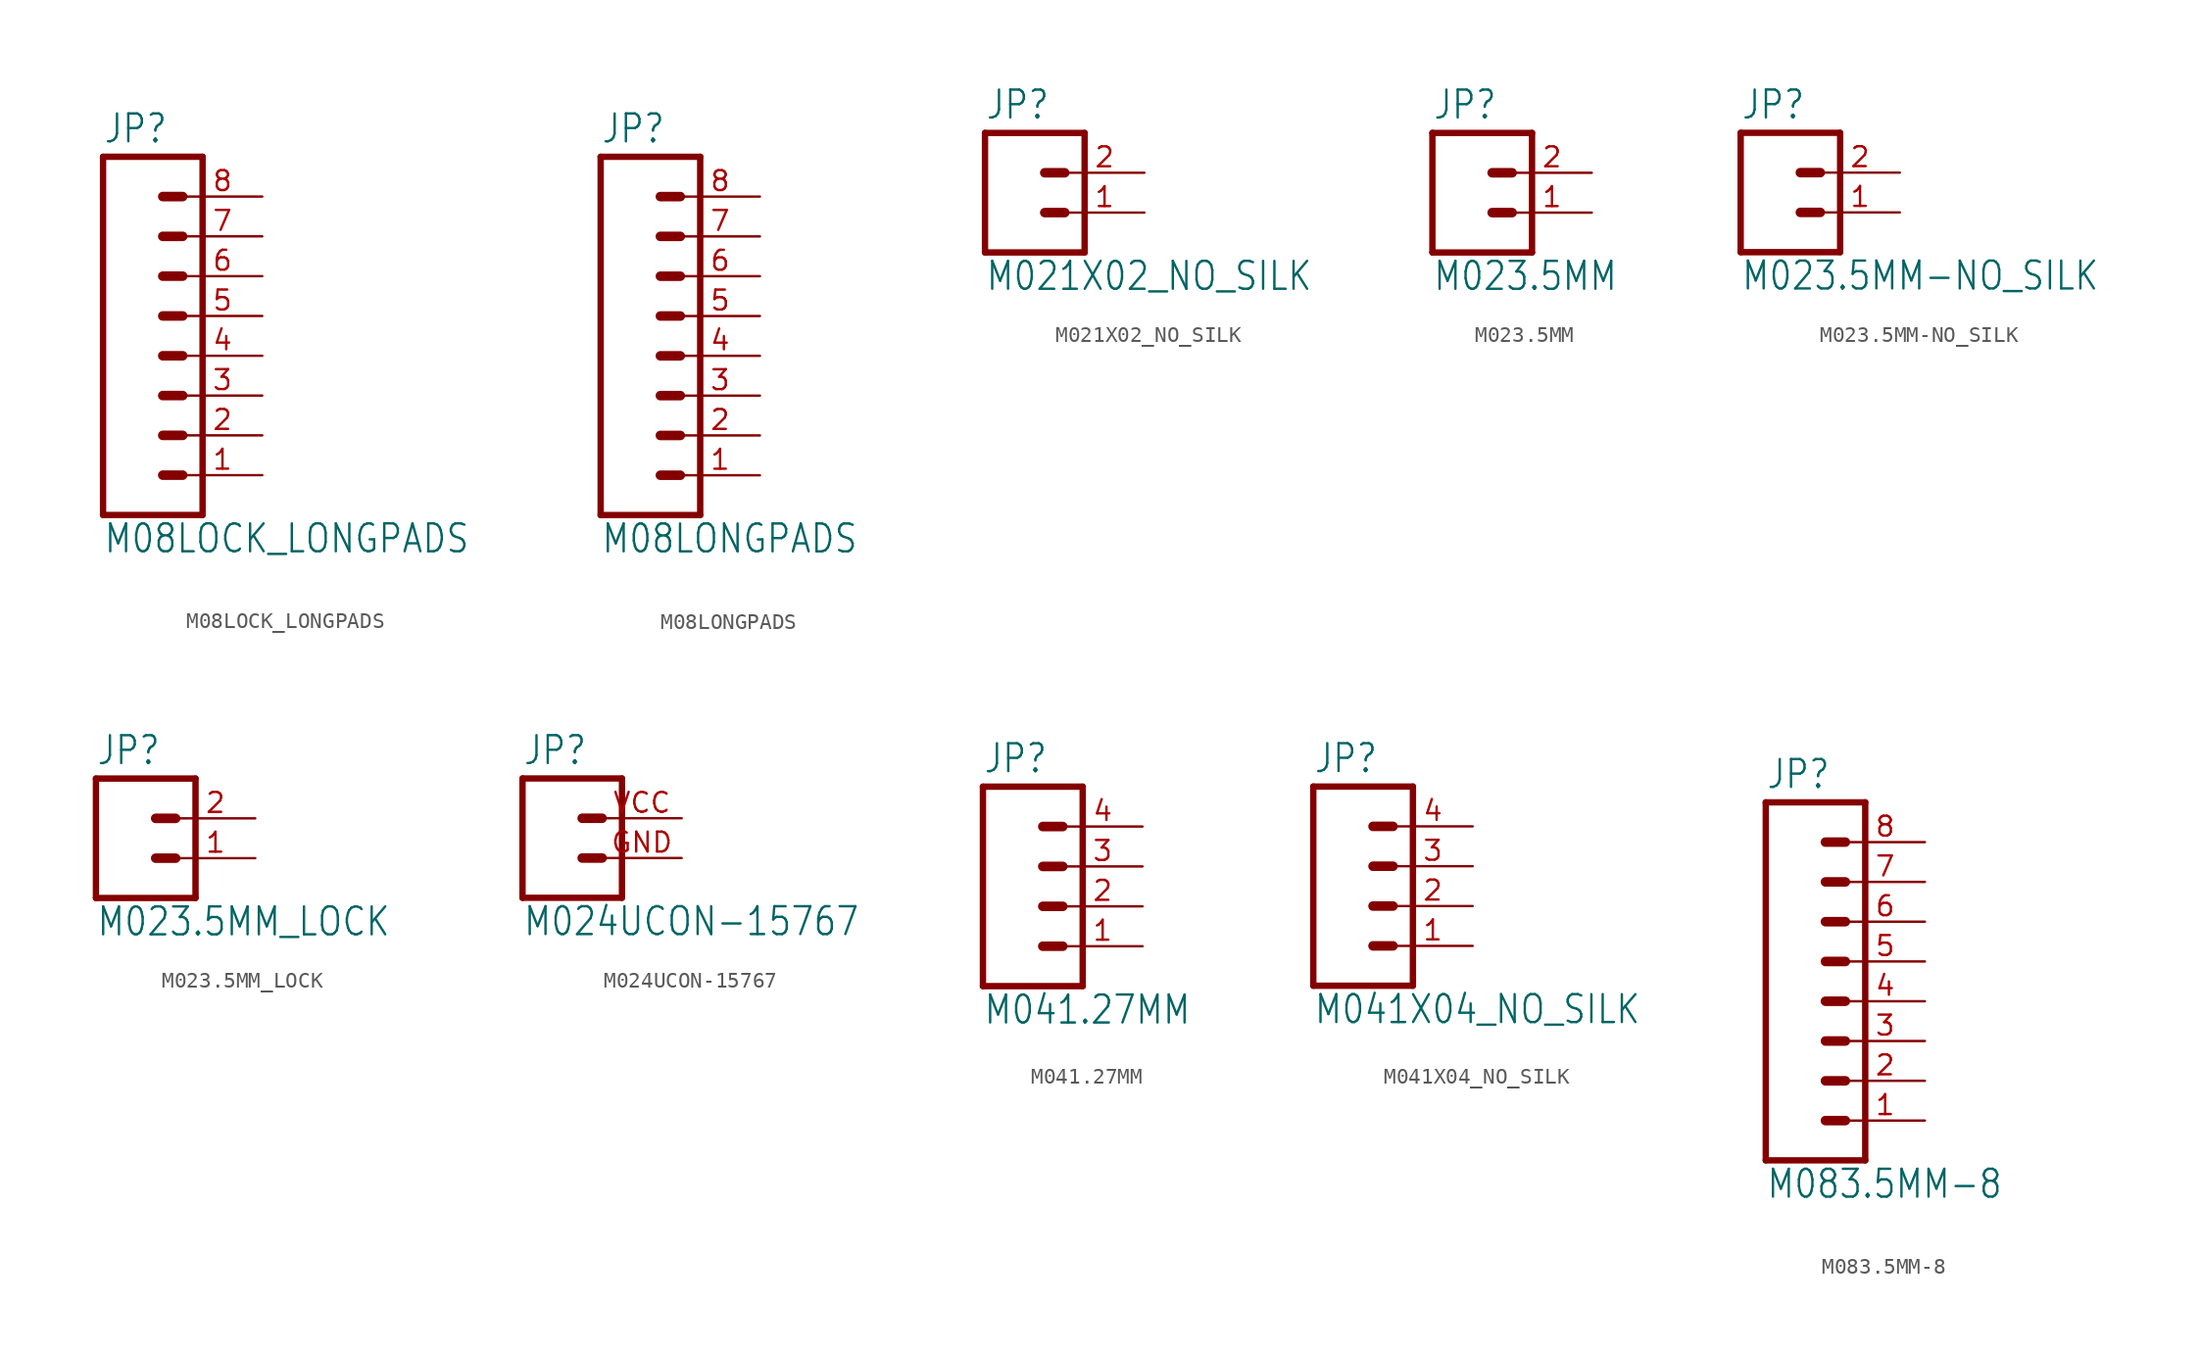
<source format=kicad_sym>
(kicad_symbol_lib
  (version 20201005)
  (generator kicad_symbol_editor)
  (symbol "M08LOCK_LONGPADS"
    (property "Reference" "JP"
      (at -5.08 13.462 0)
      (effects (font (size 1.778 1.511)) (justify left bottom)))
    (property "Value" "M08LOCK_LONGPADS"
      (at -5.08 -12.7 0)
      (effects (font (size 1.778 1.511)) (justify left bottom)))
    (property "ki_locked" ""
      (at 0 0 0)
      (effects (font (size 1.27 1.27))))
    (symbol "M08LOCK_LONGPADS_1_0"
      (polyline (pts (xy 1.27 -10.16) (xy -5.08 -10.16)) (stroke (width 0.406)) (fill (type none)))
      (polyline (pts (xy -1.27 -2.54) (xy 0 -2.54)) (stroke (width 0.61)) (fill (type none)))
      (polyline (pts (xy -1.27 -5.08) (xy 0 -5.08)) (stroke (width 0.61)) (fill (type none)))
      (polyline (pts (xy -1.27 -7.62) (xy 0 -7.62)) (stroke (width 0.61)) (fill (type none)))
      (polyline (pts (xy -5.08 12.7) (xy -5.08 -10.16)) (stroke (width 0.406)) (fill (type none)))
      (polyline (pts (xy 1.27 -10.16) (xy 1.27 12.7)) (stroke (width 0.406)) (fill (type none)))
      (polyline (pts (xy -5.08 12.7) (xy 1.27 12.7)) (stroke (width 0.406)) (fill (type none)))
      (polyline (pts (xy -1.27 2.54) (xy 0 2.54)) (stroke (width 0.61)) (fill (type none)))
      (polyline (pts (xy -1.27 0) (xy 0 0)) (stroke (width 0.61)) (fill (type none)))
      (polyline (pts (xy -1.27 5.08) (xy 0 5.08)) (stroke (width 0.61)) (fill (type none)))
      (polyline (pts (xy -1.27 7.62) (xy 0 7.62)) (stroke (width 0.61)) (fill (type none)))
      (polyline (pts (xy -1.27 10.16) (xy 0 10.16)) (stroke (width 0.61)) (fill (type none)))
      (pin passive line (at 5.08 -7.62 180) (length 5.08) (name "1" (effects (font (size 0 0)))) (number "1" (effects (font (size 1.27 1.27)))))
      (pin passive line (at 5.08 -5.08 180) (length 5.08) (name "2" (effects (font (size 0 0)))) (number "2" (effects (font (size 1.27 1.27)))))
      (pin passive line (at 5.08 -2.54 180) (length 5.08) (name "3" (effects (font (size 0 0)))) (number "3" (effects (font (size 1.27 1.27)))))
      (pin passive line (at 5.08 0 180) (length 5.08) (name "4" (effects (font (size 0 0)))) (number "4" (effects (font (size 1.27 1.27)))))
      (pin passive line (at 5.08 2.54 180) (length 5.08) (name "5" (effects (font (size 0 0)))) (number "5" (effects (font (size 1.27 1.27)))))
      (pin passive line (at 5.08 5.08 180) (length 5.08) (name "6" (effects (font (size 0 0)))) (number "6" (effects (font (size 1.27 1.27)))))
      (pin passive line (at 5.08 7.62 180) (length 5.08) (name "7" (effects (font (size 0 0)))) (number "7" (effects (font (size 1.27 1.27)))))
      (pin passive line (at 5.08 10.16 180) (length 5.08) (name "8" (effects (font (size 0 0)))) (number "8" (effects (font (size 1.27 1.27)))))))
  (symbol "M08LONGPADS"
    (property "Reference" "JP"
      (at -5.08 13.462 0)
      (effects (font (size 1.778 1.511)) (justify left bottom)))
    (property "Value" "M08LONGPADS"
      (at -5.08 -12.7 0)
      (effects (font (size 1.778 1.511)) (justify left bottom)))
    (property "ki_locked" ""
      (at 0 0 0)
      (effects (font (size 1.27 1.27))))
    (symbol "M08LONGPADS_1_0"
      (polyline (pts (xy 1.27 -10.16) (xy -5.08 -10.16)) (stroke (width 0.406)) (fill (type none)))
      (polyline (pts (xy -1.27 -2.54) (xy 0 -2.54)) (stroke (width 0.61)) (fill (type none)))
      (polyline (pts (xy -1.27 -5.08) (xy 0 -5.08)) (stroke (width 0.61)) (fill (type none)))
      (polyline (pts (xy -1.27 -7.62) (xy 0 -7.62)) (stroke (width 0.61)) (fill (type none)))
      (polyline (pts (xy -5.08 12.7) (xy -5.08 -10.16)) (stroke (width 0.406)) (fill (type none)))
      (polyline (pts (xy 1.27 -10.16) (xy 1.27 12.7)) (stroke (width 0.406)) (fill (type none)))
      (polyline (pts (xy -5.08 12.7) (xy 1.27 12.7)) (stroke (width 0.406)) (fill (type none)))
      (polyline (pts (xy -1.27 2.54) (xy 0 2.54)) (stroke (width 0.61)) (fill (type none)))
      (polyline (pts (xy -1.27 0) (xy 0 0)) (stroke (width 0.61)) (fill (type none)))
      (polyline (pts (xy -1.27 5.08) (xy 0 5.08)) (stroke (width 0.61)) (fill (type none)))
      (polyline (pts (xy -1.27 7.62) (xy 0 7.62)) (stroke (width 0.61)) (fill (type none)))
      (polyline (pts (xy -1.27 10.16) (xy 0 10.16)) (stroke (width 0.61)) (fill (type none)))
      (pin passive line (at 5.08 -7.62 180) (length 5.08) (name "1" (effects (font (size 0 0)))) (number "1" (effects (font (size 1.27 1.27)))))
      (pin passive line (at 5.08 -5.08 180) (length 5.08) (name "2" (effects (font (size 0 0)))) (number "2" (effects (font (size 1.27 1.27)))))
      (pin passive line (at 5.08 -2.54 180) (length 5.08) (name "3" (effects (font (size 0 0)))) (number "3" (effects (font (size 1.27 1.27)))))
      (pin passive line (at 5.08 0 180) (length 5.08) (name "4" (effects (font (size 0 0)))) (number "4" (effects (font (size 1.27 1.27)))))
      (pin passive line (at 5.08 2.54 180) (length 5.08) (name "5" (effects (font (size 0 0)))) (number "5" (effects (font (size 1.27 1.27)))))
      (pin passive line (at 5.08 5.08 180) (length 5.08) (name "6" (effects (font (size 0 0)))) (number "6" (effects (font (size 1.27 1.27)))))
      (pin passive line (at 5.08 7.62 180) (length 5.08) (name "7" (effects (font (size 0 0)))) (number "7" (effects (font (size 1.27 1.27)))))
      (pin passive line (at 5.08 10.16 180) (length 5.08) (name "8" (effects (font (size 0 0)))) (number "8" (effects (font (size 1.27 1.27)))))))
  (symbol "M021X02_NO_SILK"
    (property "Reference" "JP"
      (at -2.54 5.842 0)
      (effects (font (size 1.778 1.511)) (justify left bottom)))
    (property "Value" "M021X02_NO_SILK"
      (at -2.54 -5.08 0)
      (effects (font (size 1.778 1.511)) (justify left bottom)))
    (property "ki_locked" ""
      (at 0 0 0)
      (effects (font (size 1.27 1.27))))
    (symbol "M021X02_NO_SILK_1_0"
      (polyline (pts (xy 3.81 -2.54) (xy -2.54 -2.54)) (stroke (width 0.406)) (fill (type none)))
      (polyline (pts (xy 1.27 2.54) (xy 2.54 2.54)) (stroke (width 0.61)) (fill (type none)))
      (polyline (pts (xy 1.27 0) (xy 2.54 0)) (stroke (width 0.61)) (fill (type none)))
      (polyline (pts (xy -2.54 5.08) (xy -2.54 -2.54)) (stroke (width 0.406)) (fill (type none)))
      (polyline (pts (xy 3.81 -2.54) (xy 3.81 5.08)) (stroke (width 0.406)) (fill (type none)))
      (polyline (pts (xy -2.54 5.08) (xy 3.81 5.08)) (stroke (width 0.406)) (fill (type none)))
      (pin passive line (at 7.62 0 180) (length 5.08) (name "1" (effects (font (size 0 0)))) (number "1" (effects (font (size 1.27 1.27)))))
      (pin passive line (at 7.62 2.54 180) (length 5.08) (name "2" (effects (font (size 0 0)))) (number "2" (effects (font (size 1.27 1.27)))))))
  (symbol "M023.5MM"
    (property "Reference" "JP"
      (at -2.54 5.842 0)
      (effects (font (size 1.778 1.511)) (justify left bottom)))
    (property "Value" "M023.5MM"
      (at -2.54 -5.08 0)
      (effects (font (size 1.778 1.511)) (justify left bottom)))
    (property "ki_locked" ""
      (at 0 0 0)
      (effects (font (size 1.27 1.27))))
    (symbol "M023.5MM_1_0"
      (polyline (pts (xy 3.81 -2.54) (xy -2.54 -2.54)) (stroke (width 0.406)) (fill (type none)))
      (polyline (pts (xy 1.27 2.54) (xy 2.54 2.54)) (stroke (width 0.61)) (fill (type none)))
      (polyline (pts (xy 1.27 0) (xy 2.54 0)) (stroke (width 0.61)) (fill (type none)))
      (polyline (pts (xy -2.54 5.08) (xy -2.54 -2.54)) (stroke (width 0.406)) (fill (type none)))
      (polyline (pts (xy 3.81 -2.54) (xy 3.81 5.08)) (stroke (width 0.406)) (fill (type none)))
      (polyline (pts (xy -2.54 5.08) (xy 3.81 5.08)) (stroke (width 0.406)) (fill (type none)))
      (pin passive line (at 7.62 0 180) (length 5.08) (name "1" (effects (font (size 0 0)))) (number "1" (effects (font (size 1.27 1.27)))))
      (pin passive line (at 7.62 2.54 180) (length 5.08) (name "2" (effects (font (size 0 0)))) (number "2" (effects (font (size 1.27 1.27)))))))
  (symbol "M023.5MM-NO_SILK"
    (property "Reference" "JP"
      (at -2.54 5.842 0)
      (effects (font (size 1.778 1.511)) (justify left bottom)))
    (property "Value" "M023.5MM-NO_SILK"
      (at -2.54 -5.08 0)
      (effects (font (size 1.778 1.511)) (justify left bottom)))
    (property "ki_locked" ""
      (at 0 0 0)
      (effects (font (size 1.27 1.27))))
    (symbol "M023.5MM-NO_SILK_1_0"
      (polyline (pts (xy 3.81 -2.54) (xy -2.54 -2.54)) (stroke (width 0.406)) (fill (type none)))
      (polyline (pts (xy 1.27 2.54) (xy 2.54 2.54)) (stroke (width 0.61)) (fill (type none)))
      (polyline (pts (xy 1.27 0) (xy 2.54 0)) (stroke (width 0.61)) (fill (type none)))
      (polyline (pts (xy -2.54 5.08) (xy -2.54 -2.54)) (stroke (width 0.406)) (fill (type none)))
      (polyline (pts (xy 3.81 -2.54) (xy 3.81 5.08)) (stroke (width 0.406)) (fill (type none)))
      (polyline (pts (xy -2.54 5.08) (xy 3.81 5.08)) (stroke (width 0.406)) (fill (type none)))
      (pin passive line (at 7.62 0 180) (length 5.08) (name "1" (effects (font (size 0 0)))) (number "1" (effects (font (size 1.27 1.27)))))
      (pin passive line (at 7.62 2.54 180) (length 5.08) (name "2" (effects (font (size 0 0)))) (number "2" (effects (font (size 1.27 1.27)))))))
  (symbol "M023.5MM_LOCK"
    (property "Reference" "JP"
      (at -2.54 5.842 0)
      (effects (font (size 1.778 1.511)) (justify left bottom)))
    (property "Value" "M023.5MM_LOCK"
      (at -2.54 -5.08 0)
      (effects (font (size 1.778 1.511)) (justify left bottom)))
    (property "ki_locked" ""
      (at 0 0 0)
      (effects (font (size 1.27 1.27))))
    (symbol "M023.5MM_LOCK_1_0"
      (polyline (pts (xy 3.81 -2.54) (xy -2.54 -2.54)) (stroke (width 0.406)) (fill (type none)))
      (polyline (pts (xy 1.27 2.54) (xy 2.54 2.54)) (stroke (width 0.61)) (fill (type none)))
      (polyline (pts (xy 1.27 0) (xy 2.54 0)) (stroke (width 0.61)) (fill (type none)))
      (polyline (pts (xy -2.54 5.08) (xy -2.54 -2.54)) (stroke (width 0.406)) (fill (type none)))
      (polyline (pts (xy 3.81 -2.54) (xy 3.81 5.08)) (stroke (width 0.406)) (fill (type none)))
      (polyline (pts (xy -2.54 5.08) (xy 3.81 5.08)) (stroke (width 0.406)) (fill (type none)))
      (pin passive line (at 7.62 0 180) (length 5.08) (name "1" (effects (font (size 0 0)))) (number "1" (effects (font (size 1.27 1.27)))))
      (pin passive line (at 7.62 2.54 180) (length 5.08) (name "2" (effects (font (size 0 0)))) (number "2" (effects (font (size 1.27 1.27)))))))
  (symbol "M024UCON-15767"
    (property "Reference" "JP"
      (at -2.54 5.842 0)
      (effects (font (size 1.778 1.511)) (justify left bottom)))
    (property "Value" "M024UCON-15767"
      (at -2.54 -5.08 0)
      (effects (font (size 1.778 1.511)) (justify left bottom)))
    (property "ki_locked" ""
      (at 0 0 0)
      (effects (font (size 1.27 1.27))))
    (symbol "M024UCON-15767_1_0"
      (polyline (pts (xy 3.81 -2.54) (xy -2.54 -2.54)) (stroke (width 0.406)) (fill (type none)))
      (polyline (pts (xy 1.27 2.54) (xy 2.54 2.54)) (stroke (width 0.61)) (fill (type none)))
      (polyline (pts (xy 1.27 0) (xy 2.54 0)) (stroke (width 0.61)) (fill (type none)))
      (polyline (pts (xy -2.54 5.08) (xy -2.54 -2.54)) (stroke (width 0.406)) (fill (type none)))
      (polyline (pts (xy 3.81 -2.54) (xy 3.81 5.08)) (stroke (width 0.406)) (fill (type none)))
      (polyline (pts (xy -2.54 5.08) (xy 3.81 5.08)) (stroke (width 0.406)) (fill (type none)))
      (pin passive line (at 7.62 0 180) (length 5.08) (name "1" (effects (font (size 0 0)))) (number "GND" (effects (font (size 1.27 1.27)))))
      (pin passive line (at 7.62 2.54 180) (length 5.08) (name "2" (effects (font (size 0 0)))) (number "VCC" (effects (font (size 1.27 1.27)))))))
  (symbol "M041.27MM"
    (property "Reference" "JP"
      (at -5.08 8.382 0)
      (effects (font (size 1.778 1.511)) (justify left bottom)))
    (property "Value" "M041.27MM"
      (at -5.08 -7.62 0)
      (effects (font (size 1.778 1.511)) (justify left bottom)))
    (property "ki_locked" ""
      (at 0 0 0)
      (effects (font (size 1.27 1.27))))
    (symbol "M041.27MM_1_0"
      (polyline (pts (xy 1.27 -5.08) (xy -5.08 -5.08)) (stroke (width 0.406)) (fill (type none)))
      (polyline (pts (xy -1.27 2.54) (xy 0 2.54)) (stroke (width 0.61)) (fill (type none)))
      (polyline (pts (xy -1.27 0) (xy 0 0)) (stroke (width 0.61)) (fill (type none)))
      (polyline (pts (xy -1.27 -2.54) (xy 0 -2.54)) (stroke (width 0.61)) (fill (type none)))
      (polyline (pts (xy -5.08 7.62) (xy -5.08 -5.08)) (stroke (width 0.406)) (fill (type none)))
      (polyline (pts (xy 1.27 -5.08) (xy 1.27 7.62)) (stroke (width 0.406)) (fill (type none)))
      (polyline (pts (xy -5.08 7.62) (xy 1.27 7.62)) (stroke (width 0.406)) (fill (type none)))
      (polyline (pts (xy -1.27 5.08) (xy 0 5.08)) (stroke (width 0.61)) (fill (type none)))
      (pin passive line (at 5.08 -2.54 180) (length 5.08) (name "1" (effects (font (size 0 0)))) (number "1" (effects (font (size 1.27 1.27)))))
      (pin passive line (at 5.08 0 180) (length 5.08) (name "2" (effects (font (size 0 0)))) (number "2" (effects (font (size 1.27 1.27)))))
      (pin passive line (at 5.08 2.54 180) (length 5.08) (name "3" (effects (font (size 0 0)))) (number "3" (effects (font (size 1.27 1.27)))))
      (pin passive line (at 5.08 5.08 180) (length 5.08) (name "4" (effects (font (size 0 0)))) (number "4" (effects (font (size 1.27 1.27)))))))
  (symbol "M041X04_NO_SILK"
    (property "Reference" "JP"
      (at -5.08 8.382 0)
      (effects (font (size 1.778 1.511)) (justify left bottom)))
    (property "Value" "M041X04_NO_SILK"
      (at -5.08 -7.62 0)
      (effects (font (size 1.778 1.511)) (justify left bottom)))
    (property "ki_locked" ""
      (at 0 0 0)
      (effects (font (size 1.27 1.27))))
    (symbol "M041X04_NO_SILK_1_0"
      (polyline (pts (xy 1.27 -5.08) (xy -5.08 -5.08)) (stroke (width 0.406)) (fill (type none)))
      (polyline (pts (xy -1.27 2.54) (xy 0 2.54)) (stroke (width 0.61)) (fill (type none)))
      (polyline (pts (xy -1.27 0) (xy 0 0)) (stroke (width 0.61)) (fill (type none)))
      (polyline (pts (xy -1.27 -2.54) (xy 0 -2.54)) (stroke (width 0.61)) (fill (type none)))
      (polyline (pts (xy -5.08 7.62) (xy -5.08 -5.08)) (stroke (width 0.406)) (fill (type none)))
      (polyline (pts (xy 1.27 -5.08) (xy 1.27 7.62)) (stroke (width 0.406)) (fill (type none)))
      (polyline (pts (xy -5.08 7.62) (xy 1.27 7.62)) (stroke (width 0.406)) (fill (type none)))
      (polyline (pts (xy -1.27 5.08) (xy 0 5.08)) (stroke (width 0.61)) (fill (type none)))
      (pin passive line (at 5.08 -2.54 180) (length 5.08) (name "1" (effects (font (size 0 0)))) (number "1" (effects (font (size 1.27 1.27)))))
      (pin passive line (at 5.08 0 180) (length 5.08) (name "2" (effects (font (size 0 0)))) (number "2" (effects (font (size 1.27 1.27)))))
      (pin passive line (at 5.08 2.54 180) (length 5.08) (name "3" (effects (font (size 0 0)))) (number "3" (effects (font (size 1.27 1.27)))))
      (pin passive line (at 5.08 5.08 180) (length 5.08) (name "4" (effects (font (size 0 0)))) (number "4" (effects (font (size 1.27 1.27)))))))
  (symbol "M083.5MM-8"
    (property "Reference" "JP"
      (at -5.08 13.462 0)
      (effects (font (size 1.778 1.511)) (justify left bottom)))
    (property "Value" "M083.5MM-8"
      (at -5.08 -12.7 0)
      (effects (font (size 1.778 1.511)) (justify left bottom)))
    (property "ki_locked" ""
      (at 0 0 0)
      (effects (font (size 1.27 1.27))))
    (symbol "M083.5MM-8_1_0"
      (polyline (pts (xy 1.27 -10.16) (xy -5.08 -10.16)) (stroke (width 0.406)) (fill (type none)))
      (polyline (pts (xy -1.27 -2.54) (xy 0 -2.54)) (stroke (width 0.61)) (fill (type none)))
      (polyline (pts (xy -1.27 -5.08) (xy 0 -5.08)) (stroke (width 0.61)) (fill (type none)))
      (polyline (pts (xy -1.27 -7.62) (xy 0 -7.62)) (stroke (width 0.61)) (fill (type none)))
      (polyline (pts (xy -5.08 12.7) (xy -5.08 -10.16)) (stroke (width 0.406)) (fill (type none)))
      (polyline (pts (xy 1.27 -10.16) (xy 1.27 12.7)) (stroke (width 0.406)) (fill (type none)))
      (polyline (pts (xy -5.08 12.7) (xy 1.27 12.7)) (stroke (width 0.406)) (fill (type none)))
      (polyline (pts (xy -1.27 2.54) (xy 0 2.54)) (stroke (width 0.61)) (fill (type none)))
      (polyline (pts (xy -1.27 0) (xy 0 0)) (stroke (width 0.61)) (fill (type none)))
      (polyline (pts (xy -1.27 5.08) (xy 0 5.08)) (stroke (width 0.61)) (fill (type none)))
      (polyline (pts (xy -1.27 7.62) (xy 0 7.62)) (stroke (width 0.61)) (fill (type none)))
      (polyline (pts (xy -1.27 10.16) (xy 0 10.16)) (stroke (width 0.61)) (fill (type none)))
      (pin passive line (at 5.08 -7.62 180) (length 5.08) (name "1" (effects (font (size 0 0)))) (number "1" (effects (font (size 1.27 1.27)))))
      (pin passive line (at 5.08 -5.08 180) (length 5.08) (name "2" (effects (font (size 0 0)))) (number "2" (effects (font (size 1.27 1.27)))))
      (pin passive line (at 5.08 -2.54 180) (length 5.08) (name "3" (effects (font (size 0 0)))) (number "3" (effects (font (size 1.27 1.27)))))
      (pin passive line (at 5.08 0 180) (length 5.08) (name "4" (effects (font (size 0 0)))) (number "4" (effects (font (size 1.27 1.27)))))
      (pin passive line (at 5.08 2.54 180) (length 5.08) (name "5" (effects (font (size 0 0)))) (number "5" (effects (font (size 1.27 1.27)))))
      (pin passive line (at 5.08 5.08 180) (length 5.08) (name "6" (effects (font (size 0 0)))) (number "6" (effects (font (size 1.27 1.27)))))
      (pin passive line (at 5.08 7.62 180) (length 5.08) (name "7" (effects (font (size 0 0)))) (number "7" (effects (font (size 1.27 1.27)))))
      (pin passive line (at 5.08 10.16 180) (length 5.08) (name "8" (effects (font (size 0 0)))) (number "8" (effects (font (size 1.27 1.27))))))))
</source>
